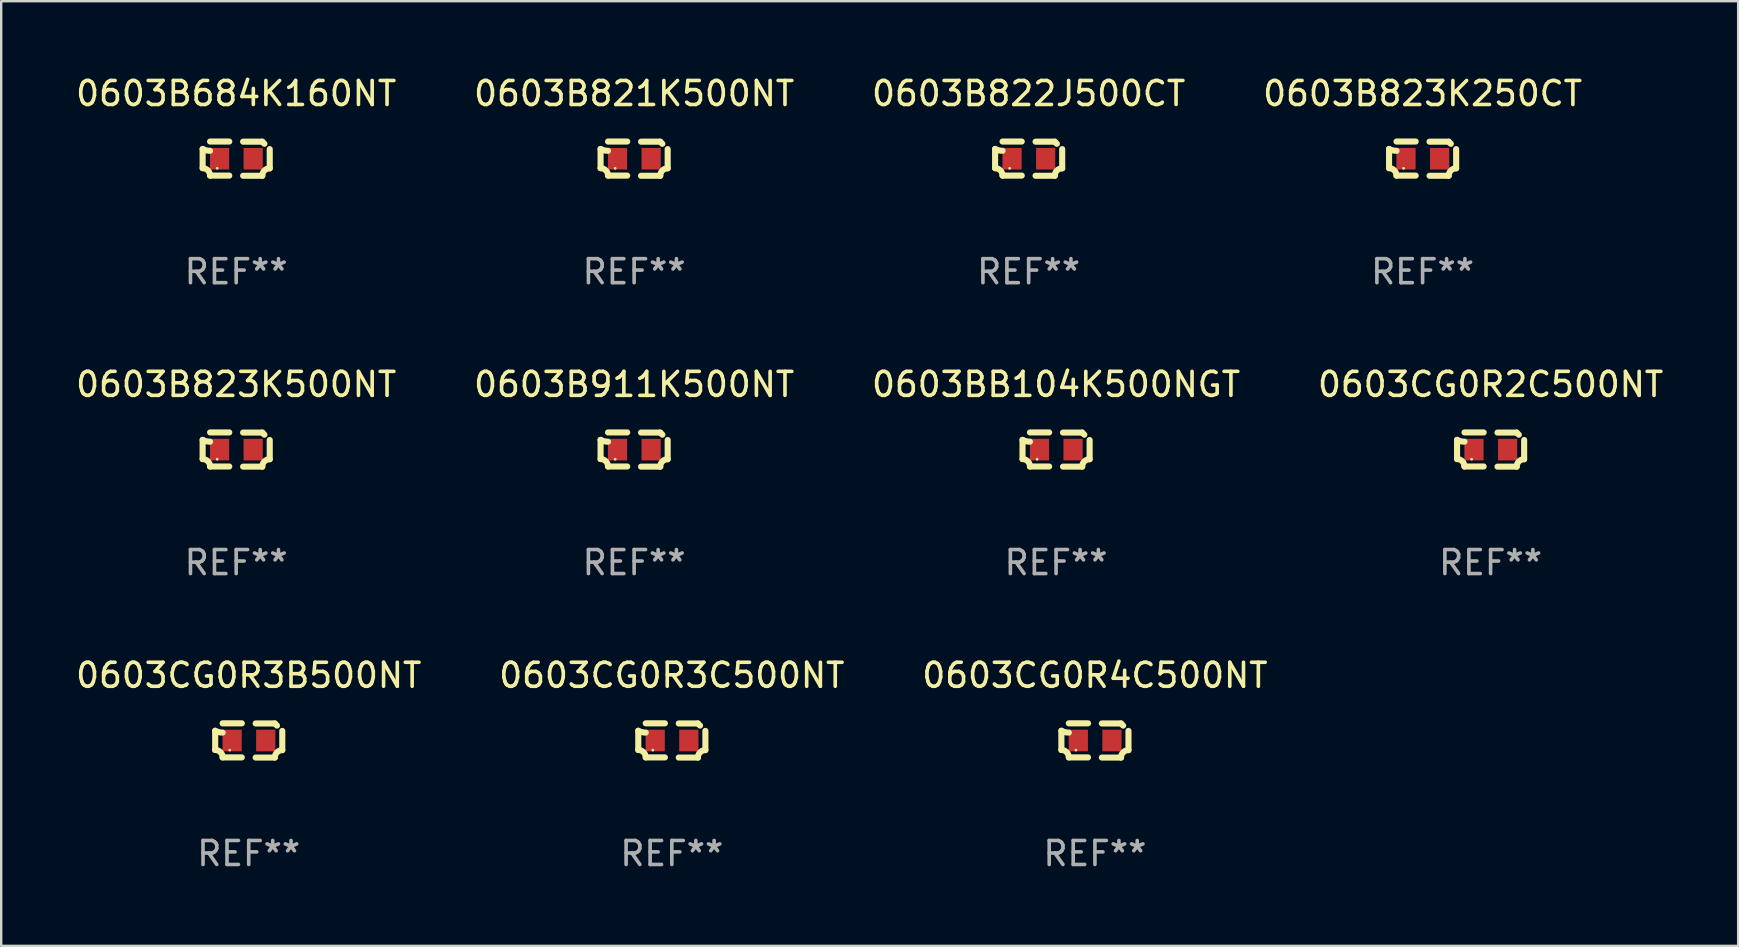
<source format=kicad_pcb>
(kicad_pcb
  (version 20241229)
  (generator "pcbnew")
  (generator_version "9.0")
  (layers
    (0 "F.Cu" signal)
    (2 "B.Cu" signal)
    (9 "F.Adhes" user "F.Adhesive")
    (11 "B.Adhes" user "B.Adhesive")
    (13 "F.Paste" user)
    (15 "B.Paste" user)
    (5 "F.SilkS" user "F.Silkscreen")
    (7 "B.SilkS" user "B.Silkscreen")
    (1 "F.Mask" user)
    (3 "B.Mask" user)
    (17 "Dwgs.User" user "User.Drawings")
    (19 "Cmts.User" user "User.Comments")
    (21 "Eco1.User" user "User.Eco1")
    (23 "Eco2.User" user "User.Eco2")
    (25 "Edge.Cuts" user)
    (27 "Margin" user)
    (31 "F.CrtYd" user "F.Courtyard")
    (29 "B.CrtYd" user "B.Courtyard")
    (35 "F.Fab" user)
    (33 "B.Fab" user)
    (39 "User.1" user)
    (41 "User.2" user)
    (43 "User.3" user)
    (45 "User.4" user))
  (footprint "0603B821K500NT"
    (layer "F.Cu")
    (at 23.375 3.561)
    (property "Reference" "0603B821K500NT" (at 0 -2.713 0) (layer "F.SilkS") (effects (font (size 1 1) (thickness 0.15))))
    (attr through_hole)
    (fp_line (start -1.398 -0.403) (end -1.398 0.397) (stroke (width 0.254) (type solid)) (layer "F.SilkS"))
    (fp_line (start -0.288 -0.713) (end -1.088 -0.713) (stroke (width 0.254) (type solid)) (layer "F.SilkS"))
    (fp_line (start -0.288 0.707) (end -1.088 0.707) (stroke (width 0.254) (type solid)) (layer "F.SilkS"))
    (fp_line (start 0.288 -0.707) (end 1.088 -0.707) (stroke (width 0.254) (type solid)) (layer "F.SilkS"))
    (fp_line (start 0.288 0.713) (end 1.088 0.713) (stroke (width 0.254) (type solid)) (layer "F.SilkS"))
    (fp_line (start 1.398 -0.397) (end 1.398 0.403) (stroke (width 0.254) (type solid)) (layer "F.SilkS"))
    (fp_arc (start -1.397789 0.397066) (mid -1.178701 0.487826) (end -1.08796 0.706922) (stroke (width 0.254001) (type solid)) (layer "F.SilkS"))
    (fp_arc (start -1.08796 -0.327176) (mid -1.247436 -0.346384) (end -1.39779 -0.402908) (stroke (width 0.254001) (type solid)) (layer "F.SilkS"))
    (fp_arc (start 1.087909 0.712738) (mid 1.178656 0.493655) (end 1.397739 0.402908) (stroke (width 0.254001) (type solid)) (layer "F.SilkS"))
    (fp_arc (start 1.175925 -0.618926) (mid 1.131917 -0.662923) (end 1.08791 -0.706922) (stroke (width 0.254001) (type solid)) (layer "F.SilkS"))
    (fp_circle (center -0.792 0.403) (end -0.762 0.403) (stroke (width 0.06) (type solid)) (fill no) (layer "F.SilkS"))
    (fp_text user "REF**" (at 0 4.713 0) (layer "F.Fab") (effects (font (size 1 1) (thickness 0.15))))
    (pad "1" smd rect (at -0.692 0.003) (size 0.8 0.9) (layers "F.Cu" "F.Mask" "F.Paste"))
    (pad "2" smd rect (at 0.708 0.003) (size 0.8 0.9) (layers "F.Cu" "F.Mask" "F.Paste")))
  (footprint "0603B684K160NT"
    (layer "F.Cu")
    (at 6.792 3.561)
    (property "Reference" "0603B684K160NT" (at 0 -2.713 0) (layer "F.SilkS") (effects (font (size 1 1) (thickness 0.15))))
    (attr through_hole)
    (fp_line (start -1.398 -0.403) (end -1.398 0.397) (stroke (width 0.254) (type solid)) (layer "F.SilkS"))
    (fp_line (start -0.288 -0.713) (end -1.088 -0.713) (stroke (width 0.254) (type solid)) (layer "F.SilkS"))
    (fp_line (start -0.288 0.707) (end -1.088 0.707) (stroke (width 0.254) (type solid)) (layer "F.SilkS"))
    (fp_line (start 0.288 -0.707) (end 1.088 -0.707) (stroke (width 0.254) (type solid)) (layer "F.SilkS"))
    (fp_line (start 0.288 0.713) (end 1.088 0.713) (stroke (width 0.254) (type solid)) (layer "F.SilkS"))
    (fp_line (start 1.398 -0.397) (end 1.398 0.403) (stroke (width 0.254) (type solid)) (layer "F.SilkS"))
    (fp_arc (start -1.397789 0.397066) (mid -1.178701 0.487826) (end -1.08796 0.706922) (stroke (width 0.254001) (type solid)) (layer "F.SilkS"))
    (fp_arc (start -1.08796 -0.327176) (mid -1.247436 -0.346384) (end -1.39779 -0.402908) (stroke (width 0.254001) (type solid)) (layer "F.SilkS"))
    (fp_arc (start 1.087909 0.712738) (mid 1.178656 0.493655) (end 1.397739 0.402908) (stroke (width 0.254001) (type solid)) (layer "F.SilkS"))
    (fp_arc (start 1.175925 -0.618926) (mid 1.131917 -0.662923) (end 1.08791 -0.706922) (stroke (width 0.254001) (type solid)) (layer "F.SilkS"))
    (fp_circle (center -0.792 0.403) (end -0.762 0.403) (stroke (width 0.06) (type solid)) (fill no) (layer "F.SilkS"))
    (fp_text user "REF**" (at 0 4.713 0) (layer "F.Fab") (effects (font (size 1 1) (thickness 0.15))))
    (pad "1" smd rect (at -0.692 0.003) (size 0.8 0.9) (layers "F.Cu" "F.Mask" "F.Paste"))
    (pad "2" smd rect (at 0.708 0.003) (size 0.8 0.9) (layers "F.Cu" "F.Mask" "F.Paste")))
  (footprint "0603CG0R3C500NT"
    (layer "F.Cu")
    (at 24.946 27.805)
    (property "Reference" "0603CG0R3C500NT" (at 0 -2.713 0) (layer "F.SilkS") (effects (font (size 1 1) (thickness 0.15))))
    (attr through_hole)
    (fp_line (start -1.398 -0.403) (end -1.398 0.397) (stroke (width 0.254) (type solid)) (layer "F.SilkS"))
    (fp_line (start -0.288 -0.713) (end -1.088 -0.713) (stroke (width 0.254) (type solid)) (layer "F.SilkS"))
    (fp_line (start -0.288 0.707) (end -1.088 0.707) (stroke (width 0.254) (type solid)) (layer "F.SilkS"))
    (fp_line (start 0.288 -0.707) (end 1.088 -0.707) (stroke (width 0.254) (type solid)) (layer "F.SilkS"))
    (fp_line (start 0.288 0.713) (end 1.088 0.713) (stroke (width 0.254) (type solid)) (layer "F.SilkS"))
    (fp_line (start 1.398 -0.397) (end 1.398 0.403) (stroke (width 0.254) (type solid)) (layer "F.SilkS"))
    (fp_arc (start -1.397789 0.397066) (mid -1.178701 0.487826) (end -1.08796 0.706922) (stroke (width 0.254001) (type solid)) (layer "F.SilkS"))
    (fp_arc (start -1.08796 -0.327176) (mid -1.247436 -0.346384) (end -1.39779 -0.402908) (stroke (width 0.254001) (type solid)) (layer "F.SilkS"))
    (fp_arc (start 1.087909 0.712738) (mid 1.178656 0.493655) (end 1.397739 0.402908) (stroke (width 0.254001) (type solid)) (layer "F.SilkS"))
    (fp_arc (start 1.175925 -0.618926) (mid 1.131917 -0.662923) (end 1.08791 -0.706922) (stroke (width 0.254001) (type solid)) (layer "F.SilkS"))
    (fp_circle (center -0.792 0.403) (end -0.762 0.403) (stroke (width 0.06) (type solid)) (fill no) (layer "F.SilkS"))
    (fp_text user "REF**" (at 0 4.713 0) (layer "F.Fab") (effects (font (size 1 1) (thickness 0.15))))
    (pad "1" smd rect (at -0.692 0.003) (size 0.8 0.9) (layers "F.Cu" "F.Mask" "F.Paste"))
    (pad "2" smd rect (at 0.708 0.003) (size 0.8 0.9) (layers "F.Cu" "F.Mask" "F.Paste")))
  (footprint "0603CG0R4C500NT"
    (layer "F.Cu")
    (at 42.577 27.805)
    (property "Reference" "0603CG0R4C500NT" (at 0 -2.713 0) (layer "F.SilkS") (effects (font (size 1 1) (thickness 0.15))))
    (attr through_hole)
    (fp_line (start -1.398 -0.403) (end -1.398 0.397) (stroke (width 0.254) (type solid)) (layer "F.SilkS"))
    (fp_line (start -0.288 -0.713) (end -1.088 -0.713) (stroke (width 0.254) (type solid)) (layer "F.SilkS"))
    (fp_line (start -0.288 0.707) (end -1.088 0.707) (stroke (width 0.254) (type solid)) (layer "F.SilkS"))
    (fp_line (start 0.288 -0.707) (end 1.088 -0.707) (stroke (width 0.254) (type solid)) (layer "F.SilkS"))
    (fp_line (start 0.288 0.713) (end 1.088 0.713) (stroke (width 0.254) (type solid)) (layer "F.SilkS"))
    (fp_line (start 1.398 -0.397) (end 1.398 0.403) (stroke (width 0.254) (type solid)) (layer "F.SilkS"))
    (fp_arc (start -1.397789 0.397066) (mid -1.178701 0.487826) (end -1.08796 0.706922) (stroke (width 0.254001) (type solid)) (layer "F.SilkS"))
    (fp_arc (start -1.08796 -0.327176) (mid -1.247436 -0.346384) (end -1.39779 -0.402908) (stroke (width 0.254001) (type solid)) (layer "F.SilkS"))
    (fp_arc (start 1.087909 0.712738) (mid 1.178656 0.493655) (end 1.397739 0.402908) (stroke (width 0.254001) (type solid)) (layer "F.SilkS"))
    (fp_arc (start 1.175925 -0.618926) (mid 1.131917 -0.662923) (end 1.08791 -0.706922) (stroke (width 0.254001) (type solid)) (layer "F.SilkS"))
    (fp_circle (center -0.792 0.403) (end -0.762 0.403) (stroke (width 0.06) (type solid)) (fill no) (layer "F.SilkS"))
    (fp_text user "REF**" (at 0 4.713 0) (layer "F.Fab") (effects (font (size 1 1) (thickness 0.15))))
    (pad "1" smd rect (at -0.692 0.003) (size 0.8 0.9) (layers "F.Cu" "F.Mask" "F.Paste"))
    (pad "2" smd rect (at 0.708 0.003) (size 0.8 0.9) (layers "F.Cu" "F.Mask" "F.Paste")))
  (footprint "0603B823K250CT"
    (layer "F.Cu")
    (at 56.232 3.561)
    (property "Reference" "0603B823K250CT" (at 0 -2.713 0) (layer "F.SilkS") (effects (font (size 1 1) (thickness 0.15))))
    (attr through_hole)
    (fp_line (start -1.398 -0.403) (end -1.398 0.397) (stroke (width 0.254) (type solid)) (layer "F.SilkS"))
    (fp_line (start -0.288 -0.713) (end -1.088 -0.713) (stroke (width 0.254) (type solid)) (layer "F.SilkS"))
    (fp_line (start -0.288 0.707) (end -1.088 0.707) (stroke (width 0.254) (type solid)) (layer "F.SilkS"))
    (fp_line (start 0.288 -0.707) (end 1.088 -0.707) (stroke (width 0.254) (type solid)) (layer "F.SilkS"))
    (fp_line (start 0.288 0.713) (end 1.088 0.713) (stroke (width 0.254) (type solid)) (layer "F.SilkS"))
    (fp_line (start 1.398 -0.397) (end 1.398 0.403) (stroke (width 0.254) (type solid)) (layer "F.SilkS"))
    (fp_arc (start -1.397789 0.397066) (mid -1.178701 0.487826) (end -1.08796 0.706922) (stroke (width 0.254001) (type solid)) (layer "F.SilkS"))
    (fp_arc (start -1.08796 -0.327176) (mid -1.247436 -0.346384) (end -1.39779 -0.402908) (stroke (width 0.254001) (type solid)) (layer "F.SilkS"))
    (fp_arc (start 1.087909 0.712738) (mid 1.178656 0.493655) (end 1.397739 0.402908) (stroke (width 0.254001) (type solid)) (layer "F.SilkS"))
    (fp_arc (start 1.175925 -0.618926) (mid 1.131917 -0.662923) (end 1.08791 -0.706922) (stroke (width 0.254001) (type solid)) (layer "F.SilkS"))
    (fp_circle (center -0.792 0.403) (end -0.762 0.403) (stroke (width 0.06) (type solid)) (fill no) (layer "F.SilkS"))
    (fp_text user "REF**" (at 0 4.713 0) (layer "F.Fab") (effects (font (size 1 1) (thickness 0.15))))
    (pad "1" smd rect (at -0.692 0.003) (size 0.8 0.9) (layers "F.Cu" "F.Mask" "F.Paste"))
    (pad "2" smd rect (at 0.708 0.003) (size 0.8 0.9) (layers "F.Cu" "F.Mask" "F.Paste")))
  (footprint "0603B822J500CT"
    (layer "F.Cu")
    (at 39.815 3.561)
    (property "Reference" "0603B822J500CT" (at 0 -2.713 0) (layer "F.SilkS") (effects (font (size 1 1) (thickness 0.15))))
    (attr through_hole)
    (fp_line (start -1.398 -0.403) (end -1.398 0.397) (stroke (width 0.254) (type solid)) (layer "F.SilkS"))
    (fp_line (start -0.288 -0.713) (end -1.088 -0.713) (stroke (width 0.254) (type solid)) (layer "F.SilkS"))
    (fp_line (start -0.288 0.707) (end -1.088 0.707) (stroke (width 0.254) (type solid)) (layer "F.SilkS"))
    (fp_line (start 0.288 -0.707) (end 1.088 -0.707) (stroke (width 0.254) (type solid)) (layer "F.SilkS"))
    (fp_line (start 0.288 0.713) (end 1.088 0.713) (stroke (width 0.254) (type solid)) (layer "F.SilkS"))
    (fp_line (start 1.398 -0.397) (end 1.398 0.403) (stroke (width 0.254) (type solid)) (layer "F.SilkS"))
    (fp_arc (start -1.397789 0.397066) (mid -1.178701 0.487826) (end -1.08796 0.706922) (stroke (width 0.254001) (type solid)) (layer "F.SilkS"))
    (fp_arc (start -1.08796 -0.327176) (mid -1.247436 -0.346384) (end -1.39779 -0.402908) (stroke (width 0.254001) (type solid)) (layer "F.SilkS"))
    (fp_arc (start 1.087909 0.712738) (mid 1.178656 0.493655) (end 1.397739 0.402908) (stroke (width 0.254001) (type solid)) (layer "F.SilkS"))
    (fp_arc (start 1.175925 -0.618926) (mid 1.131917 -0.662923) (end 1.08791 -0.706922) (stroke (width 0.254001) (type solid)) (layer "F.SilkS"))
    (fp_circle (center -0.792 0.403) (end -0.762 0.403) (stroke (width 0.06) (type solid)) (fill no) (layer "F.SilkS"))
    (fp_text user "REF**" (at 0 4.713 0) (layer "F.Fab") (effects (font (size 1 1) (thickness 0.15))))
    (pad "1" smd rect (at -0.692 0.003) (size 0.8 0.9) (layers "F.Cu" "F.Mask" "F.Paste"))
    (pad "2" smd rect (at 0.708 0.003) (size 0.8 0.9) (layers "F.Cu" "F.Mask" "F.Paste")))
  (footprint "0603B823K500NT"
    (layer "F.Cu")
    (at 6.792 15.683)
    (property "Reference" "0603B823K500NT" (at 0 -2.713 0) (layer "F.SilkS") (effects (font (size 1 1) (thickness 0.15))))
    (attr through_hole)
    (fp_line (start -1.398 -0.403) (end -1.398 0.397) (stroke (width 0.254) (type solid)) (layer "F.SilkS"))
    (fp_line (start -0.288 -0.713) (end -1.088 -0.713) (stroke (width 0.254) (type solid)) (layer "F.SilkS"))
    (fp_line (start -0.288 0.707) (end -1.088 0.707) (stroke (width 0.254) (type solid)) (layer "F.SilkS"))
    (fp_line (start 0.288 -0.707) (end 1.088 -0.707) (stroke (width 0.254) (type solid)) (layer "F.SilkS"))
    (fp_line (start 0.288 0.713) (end 1.088 0.713) (stroke (width 0.254) (type solid)) (layer "F.SilkS"))
    (fp_line (start 1.398 -0.397) (end 1.398 0.403) (stroke (width 0.254) (type solid)) (layer "F.SilkS"))
    (fp_arc (start -1.397789 0.397066) (mid -1.178701 0.487826) (end -1.08796 0.706922) (stroke (width 0.254001) (type solid)) (layer "F.SilkS"))
    (fp_arc (start -1.08796 -0.327176) (mid -1.247436 -0.346384) (end -1.39779 -0.402908) (stroke (width 0.254001) (type solid)) (layer "F.SilkS"))
    (fp_arc (start 1.087909 0.712738) (mid 1.178656 0.493655) (end 1.397739 0.402908) (stroke (width 0.254001) (type solid)) (layer "F.SilkS"))
    (fp_arc (start 1.175925 -0.618926) (mid 1.131917 -0.662923) (end 1.08791 -0.706922) (stroke (width 0.254001) (type solid)) (layer "F.SilkS"))
    (fp_circle (center -0.792 0.403) (end -0.762 0.403) (stroke (width 0.06) (type solid)) (fill no) (layer "F.SilkS"))
    (fp_text user "REF**" (at 0 4.713 0) (layer "F.Fab") (effects (font (size 1 1) (thickness 0.15))))
    (pad "1" smd rect (at -0.692 0.003) (size 0.8 0.9) (layers "F.Cu" "F.Mask" "F.Paste"))
    (pad "2" smd rect (at 0.708 0.003) (size 0.8 0.9) (layers "F.Cu" "F.Mask" "F.Paste")))
  (footprint "0603BB104K500NGT"
    (layer "F.Cu")
    (at 40.958 15.683)
    (property "Reference" "0603BB104K500NGT" (at 0 -2.713 0) (layer "F.SilkS") (effects (font (size 1 1) (thickness 0.15))))
    (attr through_hole)
    (fp_line (start -1.398 -0.403) (end -1.398 0.397) (stroke (width 0.254) (type solid)) (layer "F.SilkS"))
    (fp_line (start -0.288 -0.713) (end -1.088 -0.713) (stroke (width 0.254) (type solid)) (layer "F.SilkS"))
    (fp_line (start -0.288 0.707) (end -1.088 0.707) (stroke (width 0.254) (type solid)) (layer "F.SilkS"))
    (fp_line (start 0.288 -0.707) (end 1.088 -0.707) (stroke (width 0.254) (type solid)) (layer "F.SilkS"))
    (fp_line (start 0.288 0.713) (end 1.088 0.713) (stroke (width 0.254) (type solid)) (layer "F.SilkS"))
    (fp_line (start 1.398 -0.397) (end 1.398 0.403) (stroke (width 0.254) (type solid)) (layer "F.SilkS"))
    (fp_arc (start -1.397789 0.397066) (mid -1.178701 0.487826) (end -1.08796 0.706922) (stroke (width 0.254001) (type solid)) (layer "F.SilkS"))
    (fp_arc (start -1.08796 -0.327176) (mid -1.247436 -0.346384) (end -1.39779 -0.402908) (stroke (width 0.254001) (type solid)) (layer "F.SilkS"))
    (fp_arc (start 1.087909 0.712738) (mid 1.178656 0.493655) (end 1.397739 0.402908) (stroke (width 0.254001) (type solid)) (layer "F.SilkS"))
    (fp_arc (start 1.175925 -0.618926) (mid 1.131917 -0.662923) (end 1.08791 -0.706922) (stroke (width 0.254001) (type solid)) (layer "F.SilkS"))
    (fp_circle (center -0.792 0.403) (end -0.762 0.403) (stroke (width 0.06) (type solid)) (fill no) (layer "F.SilkS"))
    (fp_text user "REF**" (at 0 4.713 0) (layer "F.Fab") (effects (font (size 1 1) (thickness 0.15))))
    (pad "1" smd rect (at -0.692 0.003) (size 0.8 0.9) (layers "F.Cu" "F.Mask" "F.Paste"))
    (pad "2" smd rect (at 0.708 0.003) (size 0.8 0.9) (layers "F.Cu" "F.Mask" "F.Paste")))
  (footprint "0603CG0R2C500NT"
    (layer "F.Cu")
    (at 59.065 15.683)
    (property "Reference" "0603CG0R2C500NT" (at 0 -2.713 0) (layer "F.SilkS") (effects (font (size 1 1) (thickness 0.15))))
    (attr through_hole)
    (fp_line (start -1.398 -0.403) (end -1.398 0.397) (stroke (width 0.254) (type solid)) (layer "F.SilkS"))
    (fp_line (start -0.288 -0.713) (end -1.088 -0.713) (stroke (width 0.254) (type solid)) (layer "F.SilkS"))
    (fp_line (start -0.288 0.707) (end -1.088 0.707) (stroke (width 0.254) (type solid)) (layer "F.SilkS"))
    (fp_line (start 0.288 -0.707) (end 1.088 -0.707) (stroke (width 0.254) (type solid)) (layer "F.SilkS"))
    (fp_line (start 0.288 0.713) (end 1.088 0.713) (stroke (width 0.254) (type solid)) (layer "F.SilkS"))
    (fp_line (start 1.398 -0.397) (end 1.398 0.403) (stroke (width 0.254) (type solid)) (layer "F.SilkS"))
    (fp_arc (start -1.397789 0.397066) (mid -1.178701 0.487826) (end -1.08796 0.706922) (stroke (width 0.254001) (type solid)) (layer "F.SilkS"))
    (fp_arc (start -1.08796 -0.327176) (mid -1.247436 -0.346384) (end -1.39779 -0.402908) (stroke (width 0.254001) (type solid)) (layer "F.SilkS"))
    (fp_arc (start 1.087909 0.712738) (mid 1.178656 0.493655) (end 1.397739 0.402908) (stroke (width 0.254001) (type solid)) (layer "F.SilkS"))
    (fp_arc (start 1.175925 -0.618926) (mid 1.131917 -0.662923) (end 1.08791 -0.706922) (stroke (width 0.254001) (type solid)) (layer "F.SilkS"))
    (fp_circle (center -0.792 0.403) (end -0.762 0.403) (stroke (width 0.06) (type solid)) (fill no) (layer "F.SilkS"))
    (fp_text user "REF**" (at 0 4.713 0) (layer "F.Fab") (effects (font (size 1 1) (thickness 0.15))))
    (pad "1" smd rect (at -0.692 0.003) (size 0.8 0.9) (layers "F.Cu" "F.Mask" "F.Paste"))
    (pad "2" smd rect (at 0.708 0.003) (size 0.8 0.9) (layers "F.Cu" "F.Mask" "F.Paste")))
  (footprint "0603B911K500NT"
    (layer "F.Cu")
    (at 23.375 15.683)
    (property "Reference" "0603B911K500NT" (at 0 -2.713 0) (layer "F.SilkS") (effects (font (size 1 1) (thickness 0.15))))
    (attr through_hole)
    (fp_line (start -1.398 -0.403) (end -1.398 0.397) (stroke (width 0.254) (type solid)) (layer "F.SilkS"))
    (fp_line (start -0.288 -0.713) (end -1.088 -0.713) (stroke (width 0.254) (type solid)) (layer "F.SilkS"))
    (fp_line (start -0.288 0.707) (end -1.088 0.707) (stroke (width 0.254) (type solid)) (layer "F.SilkS"))
    (fp_line (start 0.288 -0.707) (end 1.088 -0.707) (stroke (width 0.254) (type solid)) (layer "F.SilkS"))
    (fp_line (start 0.288 0.713) (end 1.088 0.713) (stroke (width 0.254) (type solid)) (layer "F.SilkS"))
    (fp_line (start 1.398 -0.397) (end 1.398 0.403) (stroke (width 0.254) (type solid)) (layer "F.SilkS"))
    (fp_arc (start -1.397789 0.397066) (mid -1.178701 0.487826) (end -1.08796 0.706922) (stroke (width 0.254001) (type solid)) (layer "F.SilkS"))
    (fp_arc (start -1.08796 -0.327176) (mid -1.247436 -0.346384) (end -1.39779 -0.402908) (stroke (width 0.254001) (type solid)) (layer "F.SilkS"))
    (fp_arc (start 1.087909 0.712738) (mid 1.178656 0.493655) (end 1.397739 0.402908) (stroke (width 0.254001) (type solid)) (layer "F.SilkS"))
    (fp_arc (start 1.175925 -0.618926) (mid 1.131917 -0.662923) (end 1.08791 -0.706922) (stroke (width 0.254001) (type solid)) (layer "F.SilkS"))
    (fp_circle (center -0.792 0.403) (end -0.762 0.403) (stroke (width 0.06) (type solid)) (fill no) (layer "F.SilkS"))
    (fp_text user "REF**" (at 0 4.713 0) (layer "F.Fab") (effects (font (size 1 1) (thickness 0.15))))
    (pad "1" smd rect (at -0.692 0.003) (size 0.8 0.9) (layers "F.Cu" "F.Mask" "F.Paste"))
    (pad "2" smd rect (at 0.708 0.003) (size 0.8 0.9) (layers "F.Cu" "F.Mask" "F.Paste")))
  (footprint "0603CG0R3B500NT"
    (layer "F.Cu")
    (at 7.315 27.805)
    (property "Reference" "0603CG0R3B500NT" (at 0 -2.713 0) (layer "F.SilkS") (effects (font (size 1 1) (thickness 0.15))))
    (attr through_hole)
    (fp_line (start -1.398 -0.403) (end -1.398 0.397) (stroke (width 0.254) (type solid)) (layer "F.SilkS"))
    (fp_line (start -0.288 -0.713) (end -1.088 -0.713) (stroke (width 0.254) (type solid)) (layer "F.SilkS"))
    (fp_line (start -0.288 0.707) (end -1.088 0.707) (stroke (width 0.254) (type solid)) (layer "F.SilkS"))
    (fp_line (start 0.288 -0.707) (end 1.088 -0.707) (stroke (width 0.254) (type solid)) (layer "F.SilkS"))
    (fp_line (start 0.288 0.713) (end 1.088 0.713) (stroke (width 0.254) (type solid)) (layer "F.SilkS"))
    (fp_line (start 1.398 -0.397) (end 1.398 0.403) (stroke (width 0.254) (type solid)) (layer "F.SilkS"))
    (fp_arc (start -1.397789 0.397066) (mid -1.178701 0.487826) (end -1.08796 0.706922) (stroke (width 0.254001) (type solid)) (layer "F.SilkS"))
    (fp_arc (start -1.08796 -0.327176) (mid -1.247436 -0.346384) (end -1.39779 -0.402908) (stroke (width 0.254001) (type solid)) (layer "F.SilkS"))
    (fp_arc (start 1.087909 0.712738) (mid 1.178656 0.493655) (end 1.397739 0.402908) (stroke (width 0.254001) (type solid)) (layer "F.SilkS"))
    (fp_arc (start 1.175925 -0.618926) (mid 1.131917 -0.662923) (end 1.08791 -0.706922) (stroke (width 0.254001) (type solid)) (layer "F.SilkS"))
    (fp_circle (center -0.792 0.403) (end -0.762 0.403) (stroke (width 0.06) (type solid)) (fill no) (layer "F.SilkS"))
    (fp_text user "REF**" (at 0 4.713 0) (layer "F.Fab") (effects (font (size 1 1) (thickness 0.15))))
    (pad "1" smd rect (at -0.692 0.003) (size 0.8 0.9) (layers "F.Cu" "F.Mask" "F.Paste"))
    (pad "2" smd rect (at 0.708 0.003) (size 0.8 0.9) (layers "F.Cu" "F.Mask" "F.Paste")))
  (gr_rect
    (start -3 -3)
    (end 69.381 36.366)
    (stroke (width 0.1) (type default))
    (fill no)
    (layer "Edge.Cuts")))
</source>
